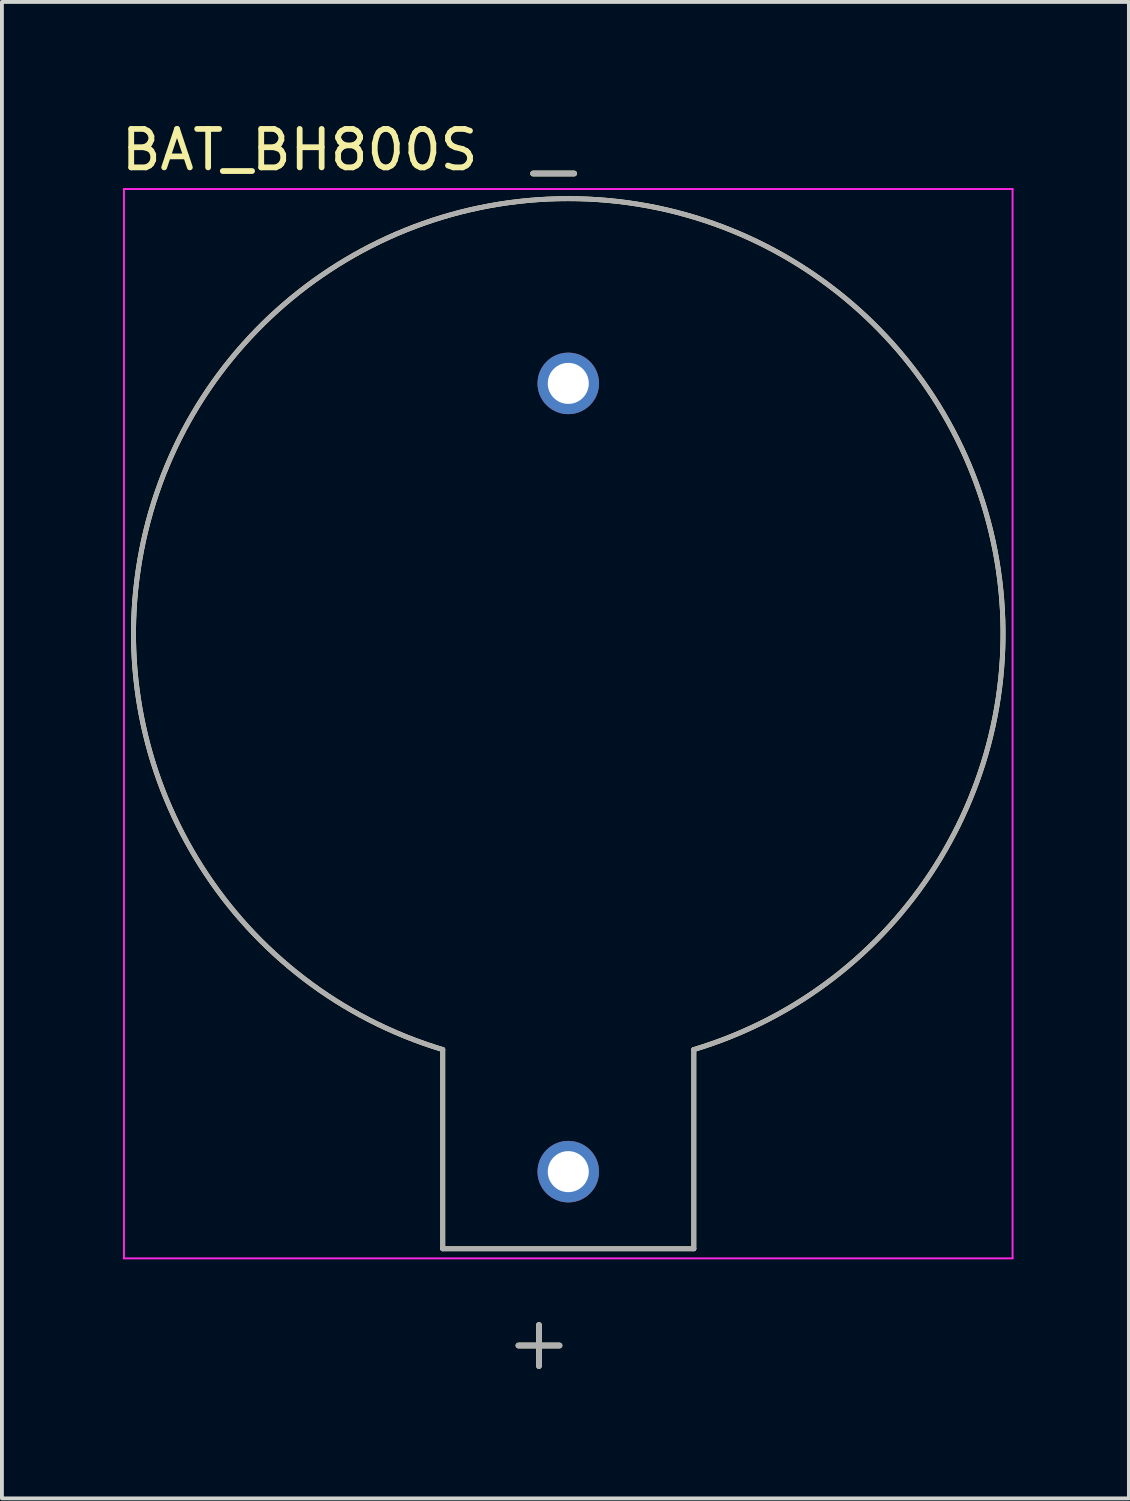
<source format=kicad_pcb>
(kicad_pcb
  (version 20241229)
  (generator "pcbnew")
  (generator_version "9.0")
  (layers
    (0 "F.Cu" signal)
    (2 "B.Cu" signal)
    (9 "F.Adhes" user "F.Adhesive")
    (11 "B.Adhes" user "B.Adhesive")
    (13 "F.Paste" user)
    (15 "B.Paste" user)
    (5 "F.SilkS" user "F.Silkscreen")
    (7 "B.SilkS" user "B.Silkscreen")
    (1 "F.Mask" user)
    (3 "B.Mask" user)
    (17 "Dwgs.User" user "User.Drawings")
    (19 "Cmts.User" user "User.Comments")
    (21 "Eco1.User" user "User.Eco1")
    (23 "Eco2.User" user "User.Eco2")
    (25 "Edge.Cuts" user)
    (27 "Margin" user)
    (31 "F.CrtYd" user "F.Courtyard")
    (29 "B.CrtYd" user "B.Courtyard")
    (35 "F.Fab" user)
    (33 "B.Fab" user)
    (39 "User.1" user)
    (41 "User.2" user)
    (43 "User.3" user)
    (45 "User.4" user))
  (footprint "BAT_BH800S"
    (layer "F.Cu")
    (at 11.729 13.421)
    (property "Reference" "BAT_BH800S" (at -6.985 -12.573 0) (layer "F.SilkS") (effects (font (size 1 1) (thickness 0.15))))
    (attr through_hole)
    (fp_line (start -3.265 10.825) (end -3.265 16.005) (stroke (width 0.127) (type solid)) (layer "F.SilkS"))
    (fp_line (start -3.265 16.005) (end 3.265 16.005) (stroke (width 0.127) (type solid)) (layer "F.SilkS"))
    (fp_line (start 3.265 16.005) (end 3.265 10.825) (stroke (width 0.127) (type solid)) (layer "F.SilkS"))
    (fp_arc (start -3.265 10.825) (mid -11.1849 -1.649334) (end -0.000001 -11.304999) (stroke (width 0.127) (type solid)) (layer "F.SilkS"))
    (fp_arc (start 0.000001 -11.304999) (mid 11.1849 -1.649334) (end 3.265 10.825) (stroke (width 0.127) (type solid)) (layer "F.SilkS"))
    (fp_line (start -11.555 -11.555) (end 11.555 -11.555) (stroke (width 0.05) (type solid)) (layer "F.CrtYd"))
    (fp_line (start -11.555 16.255) (end -11.555 -11.555) (stroke (width 0.05) (type solid)) (layer "F.CrtYd"))
    (fp_line (start 11.555 -11.555) (end 11.555 16.255) (stroke (width 0.05) (type solid)) (layer "F.CrtYd"))
    (fp_line (start 11.555 16.255) (end -11.555 16.255) (stroke (width 0.05) (type solid)) (layer "F.CrtYd"))
    (fp_line (start -3.265 10.825) (end -3.265 16.005) (stroke (width 0.127) (type solid)) (layer "F.Fab"))
    (fp_line (start -3.265 16.005) (end 3.265 16.005) (stroke (width 0.127) (type solid)) (layer "F.Fab"))
    (fp_line (start 3.265 16.005) (end 3.265 10.825) (stroke (width 0.127) (type solid)) (layer "F.Fab"))
    (fp_arc (start -3.265 10.825) (mid -11.1849 -1.649334) (end -0.000001 -11.304999) (stroke (width 0.127) (type solid)) (layer "F.Fab"))
    (fp_arc (start 0.000001 -11.304999) (mid 11.1849 -1.649334) (end 3.265 10.825) (stroke (width 0.127) (type solid)) (layer "F.Fab"))
    (fp_text user "-" (at -0.381 -12.065 0) (layer "F.SilkS") (effects (font (size 1.4 1.4) (thickness 0.15))))
    (fp_text user "+" (at -0.762 18.415 0) (layer "F.SilkS") (effects (font (size 1.4 1.4) (thickness 0.15))))
    (fp_text user "-" (at -0.381 -12.065 0) (layer "F.Fab") (effects (font (size 1.4 1.4) (thickness 0.15))))
    (fp_text user "+" (at -0.762 18.415 0) (layer "F.Fab") (effects (font (size 1.4 1.4) (thickness 0.15))))
    (pad "+" thru_hole circle (at 0 14) (size 1.6 1.6) (drill 1.067) (layers "*.Cu" "*.Mask"))
    (pad "-" thru_hole circle (at 0 -6.5) (size 1.6 1.6) (drill 1.067) (layers "*.Cu" "*.Mask")))
  (gr_rect
    (start -3 -3)
    (end 26.309 35.919)
    (stroke (width 0.1) (type default))
    (fill no)
    (layer "Edge.Cuts")))
</source>
